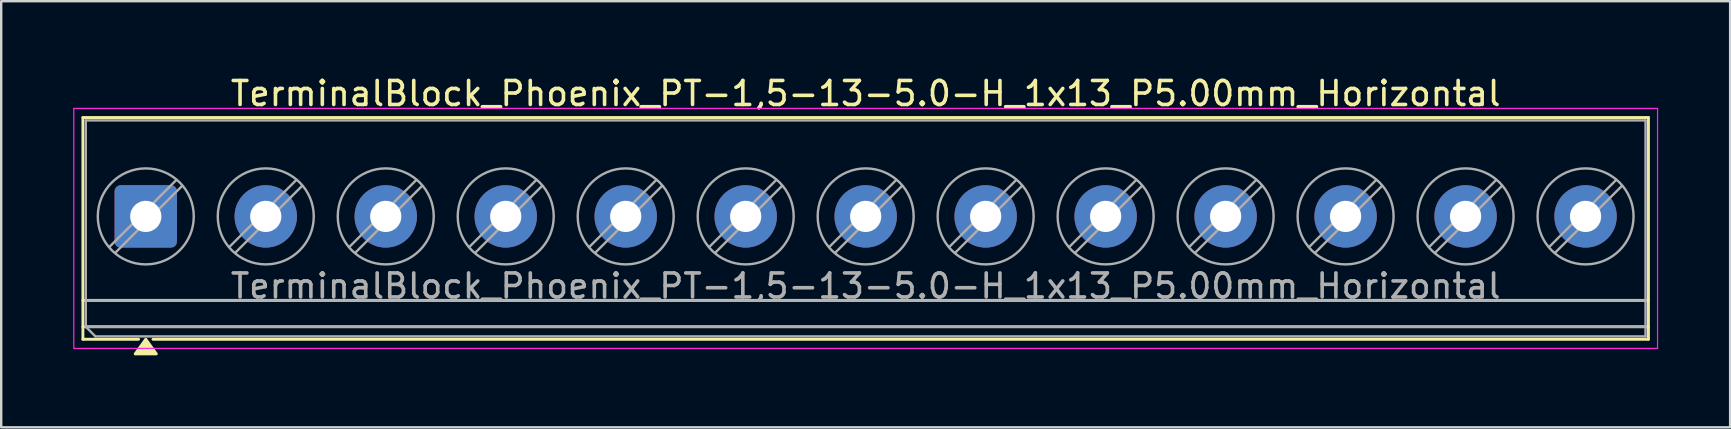
<source format=kicad_pcb>
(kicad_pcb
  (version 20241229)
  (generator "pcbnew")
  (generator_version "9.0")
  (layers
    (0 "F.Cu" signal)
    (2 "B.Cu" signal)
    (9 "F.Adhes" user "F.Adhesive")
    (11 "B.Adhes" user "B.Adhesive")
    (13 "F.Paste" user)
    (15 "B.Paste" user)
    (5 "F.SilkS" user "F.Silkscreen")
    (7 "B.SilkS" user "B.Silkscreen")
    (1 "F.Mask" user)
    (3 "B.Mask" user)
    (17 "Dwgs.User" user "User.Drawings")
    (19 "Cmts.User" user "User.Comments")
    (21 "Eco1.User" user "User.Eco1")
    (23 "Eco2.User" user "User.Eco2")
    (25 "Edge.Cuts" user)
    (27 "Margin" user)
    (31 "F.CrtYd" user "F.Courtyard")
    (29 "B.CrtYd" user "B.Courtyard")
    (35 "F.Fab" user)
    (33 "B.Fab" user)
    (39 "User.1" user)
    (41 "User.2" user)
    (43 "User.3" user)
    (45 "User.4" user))
  (footprint "TerminalBlock_Phoenix_PT-1,5-13-5.0-H_1x13_P5.00mm_Horizontal"
    (layer "F.Cu")
    (at 3.025 5.968)
    (property "Reference" "TerminalBlock_Phoenix_PT-1,5-13-5.0-H_1x13_P5.00mm_Horizontal" (at 30 -5.12 0) (layer "F.SilkS") (effects (font (size 1 1) (thickness 0.15))))
    (attr through_hole)
    (fp_line (start -2.62 -4.12) (end -2.62 5.12) (stroke (width 0.12) (type solid)) (layer "F.SilkS"))
    (fp_line (start -2.62 -4.12) (end 62.62 -4.12) (stroke (width 0.12) (type solid)) (layer "F.SilkS"))
    (fp_line (start -2.62 3.5) (end 62.62 3.5) (stroke (width 0.12) (type solid)) (layer "F.SilkS"))
    (fp_line (start -2.62 4.6) (end 62.62 4.6) (stroke (width 0.12) (type solid)) (layer "F.SilkS"))
    (fp_line (start -2.62 5.12) (end -0.3 5.12) (stroke (width 0.12) (type solid)) (layer "F.SilkS"))
    (fp_line (start 0.3 5.12) (end 62.62 5.12) (stroke (width 0.12) (type solid)) (layer "F.SilkS"))
    (fp_line (start 62.62 -4.12) (end 62.62 5.12) (stroke (width 0.12) (type solid)) (layer "F.SilkS"))
    (fp_poly (pts (xy 0 5.12) (xy 0.44 5.73) (xy -0.44 5.73)) (stroke (width 0.12) (type solid)) (fill yes) (layer "F.SilkS"))
    (fp_line (start -3 -4.5) (end -3 5.5) (stroke (width 0.05) (type solid)) (layer "F.CrtYd"))
    (fp_line (start -3 5.5) (end 63 5.5) (stroke (width 0.05) (type solid)) (layer "F.CrtYd"))
    (fp_line (start 63 -4.5) (end -3 -4.5) (stroke (width 0.05) (type solid)) (layer "F.CrtYd"))
    (fp_line (start 63 5.5) (end 63 -4.5) (stroke (width 0.05) (type solid)) (layer "F.CrtYd"))
    (fp_line (start -2.5 -4) (end 62.5 -4) (stroke (width 0.1) (type solid)) (layer "F.Fab"))
    (fp_line (start -2.5 3.5) (end 62.5 3.5) (stroke (width 0.1) (type solid)) (layer "F.Fab"))
    (fp_line (start -2.5 4.6) (end -2.5 -4) (stroke (width 0.1) (type solid)) (layer "F.Fab"))
    (fp_line (start -2.5 4.6) (end 62.5 4.6) (stroke (width 0.1) (type solid)) (layer "F.Fab"))
    (fp_line (start -2.1 5) (end -2.5 4.6) (stroke (width 0.1) (type solid)) (layer "F.Fab"))
    (fp_line (start 1.273 -1.517) (end -1.517 1.273) (stroke (width 0.1) (type solid)) (layer "F.Fab"))
    (fp_line (start 1.517 -1.273) (end -1.273 1.517) (stroke (width 0.1) (type solid)) (layer "F.Fab"))
    (fp_line (start 6.273 -1.517) (end 3.483 1.273) (stroke (width 0.1) (type solid)) (layer "F.Fab"))
    (fp_line (start 6.517 -1.273) (end 3.727 1.517) (stroke (width 0.1) (type solid)) (layer "F.Fab"))
    (fp_line (start 11.273 -1.517) (end 8.483 1.273) (stroke (width 0.1) (type solid)) (layer "F.Fab"))
    (fp_line (start 11.517 -1.273) (end 8.727 1.517) (stroke (width 0.1) (type solid)) (layer "F.Fab"))
    (fp_line (start 16.273 -1.517) (end 13.483 1.273) (stroke (width 0.1) (type solid)) (layer "F.Fab"))
    (fp_line (start 16.517 -1.273) (end 13.727 1.517) (stroke (width 0.1) (type solid)) (layer "F.Fab"))
    (fp_line (start 21.273 -1.517) (end 18.483 1.273) (stroke (width 0.1) (type solid)) (layer "F.Fab"))
    (fp_line (start 21.517 -1.273) (end 18.727 1.517) (stroke (width 0.1) (type solid)) (layer "F.Fab"))
    (fp_line (start 26.273 -1.517) (end 23.483 1.273) (stroke (width 0.1) (type solid)) (layer "F.Fab"))
    (fp_line (start 26.517 -1.273) (end 23.727 1.517) (stroke (width 0.1) (type solid)) (layer "F.Fab"))
    (fp_line (start 31.273 -1.517) (end 28.483 1.273) (stroke (width 0.1) (type solid)) (layer "F.Fab"))
    (fp_line (start 31.517 -1.273) (end 28.727 1.517) (stroke (width 0.1) (type solid)) (layer "F.Fab"))
    (fp_line (start 36.273 -1.517) (end 33.483 1.273) (stroke (width 0.1) (type solid)) (layer "F.Fab"))
    (fp_line (start 36.517 -1.273) (end 33.727 1.517) (stroke (width 0.1) (type solid)) (layer "F.Fab"))
    (fp_line (start 41.273 -1.517) (end 38.483 1.273) (stroke (width 0.1) (type solid)) (layer "F.Fab"))
    (fp_line (start 41.517 -1.273) (end 38.727 1.517) (stroke (width 0.1) (type solid)) (layer "F.Fab"))
    (fp_line (start 46.273 -1.517) (end 43.483 1.273) (stroke (width 0.1) (type solid)) (layer "F.Fab"))
    (fp_line (start 46.517 -1.273) (end 43.727 1.517) (stroke (width 0.1) (type solid)) (layer "F.Fab"))
    (fp_line (start 51.273 -1.517) (end 48.483 1.273) (stroke (width 0.1) (type solid)) (layer "F.Fab"))
    (fp_line (start 51.517 -1.273) (end 48.727 1.517) (stroke (width 0.1) (type solid)) (layer "F.Fab"))
    (fp_line (start 56.273 -1.517) (end 53.483 1.273) (stroke (width 0.1) (type solid)) (layer "F.Fab"))
    (fp_line (start 56.517 -1.273) (end 53.727 1.517) (stroke (width 0.1) (type solid)) (layer "F.Fab"))
    (fp_line (start 61.273 -1.517) (end 58.483 1.273) (stroke (width 0.1) (type solid)) (layer "F.Fab"))
    (fp_line (start 61.517 -1.273) (end 58.727 1.517) (stroke (width 0.1) (type solid)) (layer "F.Fab"))
    (fp_line (start 62.5 -4) (end 62.5 5) (stroke (width 0.1) (type solid)) (layer "F.Fab"))
    (fp_line (start 62.5 5) (end -2.1 5) (stroke (width 0.1) (type solid)) (layer "F.Fab"))
    (fp_circle (center 0 0) (end 2 0) (stroke (width 0.1) (type solid)) (fill no) (layer "F.Fab"))
    (fp_circle (center 5 0) (end 7 0) (stroke (width 0.1) (type solid)) (fill no) (layer "F.Fab"))
    (fp_circle (center 10 0) (end 12 0) (stroke (width 0.1) (type solid)) (fill no) (layer "F.Fab"))
    (fp_circle (center 15 0) (end 17 0) (stroke (width 0.1) (type solid)) (fill no) (layer "F.Fab"))
    (fp_circle (center 20 0) (end 22 0) (stroke (width 0.1) (type solid)) (fill no) (layer "F.Fab"))
    (fp_circle (center 25 0) (end 27 0) (stroke (width 0.1) (type solid)) (fill no) (layer "F.Fab"))
    (fp_circle (center 30 0) (end 32 0) (stroke (width 0.1) (type solid)) (fill no) (layer "F.Fab"))
    (fp_circle (center 35 0) (end 37 0) (stroke (width 0.1) (type solid)) (fill no) (layer "F.Fab"))
    (fp_circle (center 40 0) (end 42 0) (stroke (width 0.1) (type solid)) (fill no) (layer "F.Fab"))
    (fp_circle (center 45 0) (end 47 0) (stroke (width 0.1) (type solid)) (fill no) (layer "F.Fab"))
    (fp_circle (center 50 0) (end 52 0) (stroke (width 0.1) (type solid)) (fill no) (layer "F.Fab"))
    (fp_circle (center 55 0) (end 57 0) (stroke (width 0.1) (type solid)) (fill no) (layer "F.Fab"))
    (fp_circle (center 60 0) (end 62 0) (stroke (width 0.1) (type solid)) (fill no) (layer "F.Fab"))
    (fp_text user "${REFERENCE}" (at 30 2.9 0) (layer "F.Fab") (effects (font (size 1 1) (thickness 0.15))))
    (pad "1" thru_hole roundrect (at 0 0) (size 2.6 2.6) (drill 1.3) (layers "*.Cu" "*.Mask") (roundrect_rratio 0.096))
    (pad "2" thru_hole circle (at 5 0) (size 2.6 2.6) (drill 1.3) (layers "*.Cu" "*.Mask"))
    (pad "3" thru_hole circle (at 10 0) (size 2.6 2.6) (drill 1.3) (layers "*.Cu" "*.Mask"))
    (pad "4" thru_hole circle (at 15 0) (size 2.6 2.6) (drill 1.3) (layers "*.Cu" "*.Mask"))
    (pad "5" thru_hole circle (at 20 0) (size 2.6 2.6) (drill 1.3) (layers "*.Cu" "*.Mask"))
    (pad "6" thru_hole circle (at 25 0) (size 2.6 2.6) (drill 1.3) (layers "*.Cu" "*.Mask"))
    (pad "7" thru_hole circle (at 30 0) (size 2.6 2.6) (drill 1.3) (layers "*.Cu" "*.Mask"))
    (pad "8" thru_hole circle (at 35 0) (size 2.6 2.6) (drill 1.3) (layers "*.Cu" "*.Mask"))
    (pad "9" thru_hole circle (at 40 0) (size 2.6 2.6) (drill 1.3) (layers "*.Cu" "*.Mask"))
    (pad "10" thru_hole circle (at 45 0) (size 2.6 2.6) (drill 1.3) (layers "*.Cu" "*.Mask"))
    (pad "11" thru_hole circle (at 50 0) (size 2.6 2.6) (drill 1.3) (layers "*.Cu" "*.Mask"))
    (pad "12" thru_hole circle (at 55 0) (size 2.6 2.6) (drill 1.3) (layers "*.Cu" "*.Mask"))
    (pad "13" thru_hole circle (at 60 0) (size 2.6 2.6) (drill 1.3) (layers "*.Cu" "*.Mask")))
  (gr_rect
    (start -3 -3)
    (end 69.05 14.758)
    (stroke (width 0.1) (type default))
    (fill no)
    (layer "Edge.Cuts")))
</source>
